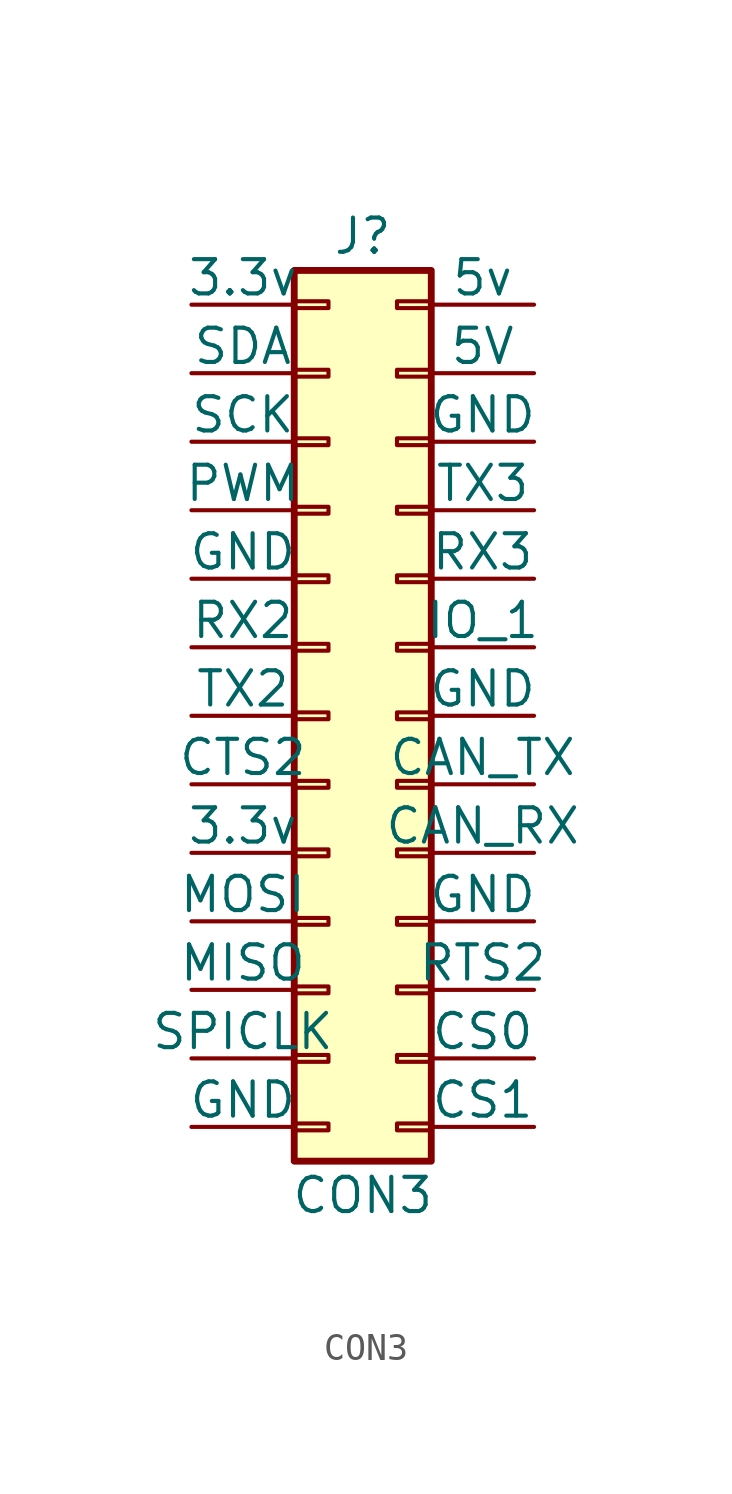
<source format=kicad_sym>
(kicad_symbol_lib
  (version 20231120)
  (generator "kicad_symbol_editor")
  (generator_version "8.0")
  (symbol "CON3"
    (pin_numbers hide)
    (pin_names
      (offset 0))
    (property "Reference" "J"
      (at 1.27 17.78 0)
      (effects (font (size 1.27 1.27))))
    (property "Value" "CON3"
      (at 1.27 -17.78 0)
      (effects (font (size 1.27 1.27))))
    (symbol "CON3_1_1"
      (rectangle (start -1.27 -15.113) (end 0 -15.367) (stroke (width 0.152) (type default)) (fill (type none)))
      (rectangle (start -1.27 -12.573) (end 0 -12.827) (stroke (width 0.152) (type default)) (fill (type none)))
      (rectangle (start -1.27 -10.033) (end 0 -10.287) (stroke (width 0.152) (type default)) (fill (type none)))
      (rectangle (start -1.27 -7.493) (end 0 -7.747) (stroke (width 0.152) (type default)) (fill (type none)))
      (rectangle (start -1.27 -4.953) (end 0 -5.207) (stroke (width 0.152) (type default)) (fill (type none)))
      (rectangle (start -1.27 -2.413) (end 0 -2.667) (stroke (width 0.152) (type default)) (fill (type none)))
      (rectangle (start -1.27 0.127) (end 0 -0.127) (stroke (width 0.152) (type default)) (fill (type none)))
      (rectangle (start -1.27 2.667) (end 0 2.413) (stroke (width 0.152) (type default)) (fill (type none)))
      (rectangle (start -1.27 5.207) (end 0 4.953) (stroke (width 0.152) (type default)) (fill (type none)))
      (rectangle (start -1.27 7.747) (end 0 7.493) (stroke (width 0.152) (type default)) (fill (type none)))
      (rectangle (start -1.27 10.287) (end 0 10.033) (stroke (width 0.152) (type default)) (fill (type none)))
      (rectangle (start -1.27 12.827) (end 0 12.573) (stroke (width 0.152) (type default)) (fill (type none)))
      (rectangle (start -1.27 15.367) (end 0 15.113) (stroke (width 0.152) (type default)) (fill (type none)))
      (rectangle (start -1.27 16.51) (end 3.81 -16.51) (stroke (width 0.254) (type default)) (fill (type background)))
      (rectangle (start 3.81 -15.113) (end 2.54 -15.367) (stroke (width 0.152) (type default)) (fill (type none)))
      (rectangle (start 3.81 -12.573) (end 2.54 -12.827) (stroke (width 0.152) (type default)) (fill (type none)))
      (rectangle (start 3.81 -10.033) (end 2.54 -10.287) (stroke (width 0.152) (type default)) (fill (type none)))
      (rectangle (start 3.81 -7.493) (end 2.54 -7.747) (stroke (width 0.152) (type default)) (fill (type none)))
      (rectangle (start 3.81 -4.953) (end 2.54 -5.207) (stroke (width 0.152) (type default)) (fill (type none)))
      (rectangle (start 3.81 -2.413) (end 2.54 -2.667) (stroke (width 0.152) (type default)) (fill (type none)))
      (rectangle (start 3.81 0.127) (end 2.54 -0.127) (stroke (width 0.152) (type default)) (fill (type none)))
      (rectangle (start 3.81 2.667) (end 2.54 2.413) (stroke (width 0.152) (type default)) (fill (type none)))
      (rectangle (start 3.81 5.207) (end 2.54 4.953) (stroke (width 0.152) (type default)) (fill (type none)))
      (rectangle (start 3.81 7.747) (end 2.54 7.493) (stroke (width 0.152) (type default)) (fill (type none)))
      (rectangle (start 3.81 10.287) (end 2.54 10.033) (stroke (width 0.152) (type default)) (fill (type none)))
      (rectangle (start 3.81 12.827) (end 2.54 12.573) (stroke (width 0.152) (type default)) (fill (type none)))
      (rectangle (start 3.81 15.367) (end 2.54 15.113) (stroke (width 0.152) (type default)) (fill (type none)))
      (pin power_out line (at -5.08 15.24 0) (length 3.81) (name "3.3v" (effects (font (size 1.27 1.27)))) (number "1" (effects (font (size 1.27 1.27)))))
      (pin input line (at 7.62 5.08 180) (length 3.81) (name "RX3" (effects (font (size 1.27 1.27)))) (number "10" (effects (font (size 1.27 1.27)))))
      (pin input line (at -5.08 2.54 0) (length 3.81) (name "RX2" (effects (font (size 1.27 1.27)))) (number "11" (effects (font (size 1.27 1.27)))))
      (pin bidirectional line (at 7.62 2.54 180) (length 3.81) (name "IO_1" (effects (font (size 1.27 1.27)))) (number "12" (effects (font (size 1.27 1.27)))))
      (pin output line (at -5.08 0 0) (length 3.81) (name "TX2" (effects (font (size 1.27 1.27)))) (number "13" (effects (font (size 1.27 1.27)))))
      (pin power_out line (at 7.62 0 180) (length 3.81) (name "GND" (effects (font (size 1.27 1.27)))) (number "14" (effects (font (size 1.27 1.27)))))
      (pin input line (at -5.08 -2.54 0) (length 3.81) (name "CTS2" (effects (font (size 1.27 1.27)))) (number "15" (effects (font (size 1.27 1.27)))))
      (pin output line (at 7.62 -2.54 180) (length 3.81) (name "CAN_TX" (effects (font (size 1.27 1.27)))) (number "16" (effects (font (size 1.27 1.27)))))
      (pin power_out line (at -5.08 -5.08 0) (length 3.81) (name "3.3v" (effects (font (size 1.27 1.27)))) (number "17" (effects (font (size 1.27 1.27)))))
      (pin input line (at 7.62 -5.08 180) (length 3.81) (name "CAN_RX" (effects (font (size 1.27 1.27)))) (number "18" (effects (font (size 1.27 1.27)))))
      (pin output line (at -5.08 -7.62 0) (length 3.81) (name "MOSI" (effects (font (size 1.27 1.27)))) (number "19" (effects (font (size 1.27 1.27)))))
      (pin power_out line (at 7.62 15.24 180) (length 3.81) (name "5v" (effects (font (size 1.27 1.27)))) (number "2" (effects (font (size 1.27 1.27)))))
      (pin power_out line (at 7.62 -7.62 180) (length 3.81) (name "GND" (effects (font (size 1.27 1.27)))) (number "20" (effects (font (size 1.27 1.27)))))
      (pin input line (at -5.08 -10.16 0) (length 3.81) (name "MISO" (effects (font (size 1.27 1.27)))) (number "21" (effects (font (size 1.27 1.27)))))
      (pin output line (at 7.62 -10.16 180) (length 3.81) (name "RTS2" (effects (font (size 1.27 1.27)))) (number "22" (effects (font (size 1.27 1.27)))))
      (pin output line (at -5.08 -12.7 0) (length 3.81) (name "SPICLK" (effects (font (size 1.27 1.27)))) (number "23" (effects (font (size 1.27 1.27)))))
      (pin output line (at 7.62 -12.7 180) (length 3.81) (name "CS0" (effects (font (size 1.27 1.27)))) (number "24" (effects (font (size 1.27 1.27)))))
      (pin power_out line (at -5.08 -15.24 0) (length 3.81) (name "GND" (effects (font (size 1.27 1.27)))) (number "25" (effects (font (size 1.27 1.27)))))
      (pin output line (at 7.62 -15.24 180) (length 3.81) (name "CS1" (effects (font (size 1.27 1.27)))) (number "26" (effects (font (size 1.27 1.27)))))
      (pin bidirectional line (at -5.08 12.7 0) (length 3.81) (name "SDA" (effects (font (size 1.27 1.27)))) (number "3" (effects (font (size 1.27 1.27)))))
      (pin power_out line (at 7.62 12.7 180) (length 3.81) (name "5V" (effects (font (size 1.27 1.27)))) (number "4" (effects (font (size 1.27 1.27)))))
      (pin output line (at -5.08 10.16 0) (length 3.81) (name "SCK" (effects (font (size 1.27 1.27)))) (number "5" (effects (font (size 1.27 1.27)))))
      (pin power_out line (at 7.62 10.16 180) (length 3.81) (name "GND" (effects (font (size 1.27 1.27)))) (number "6" (effects (font (size 1.27 1.27)))))
      (pin output line (at -5.08 7.62 0) (length 3.81) (name "PWM" (effects (font (size 1.27 1.27)))) (number "7" (effects (font (size 1.27 1.27)))))
      (pin output line (at 7.62 7.62 180) (length 3.81) (name "TX3" (effects (font (size 1.27 1.27)))) (number "8" (effects (font (size 1.27 1.27)))))
      (pin power_out line (at -5.08 5.08 0) (length 3.81) (name "GND" (effects (font (size 1.27 1.27)))) (number "9" (effects (font (size 1.27 1.27))))))))
</source>
